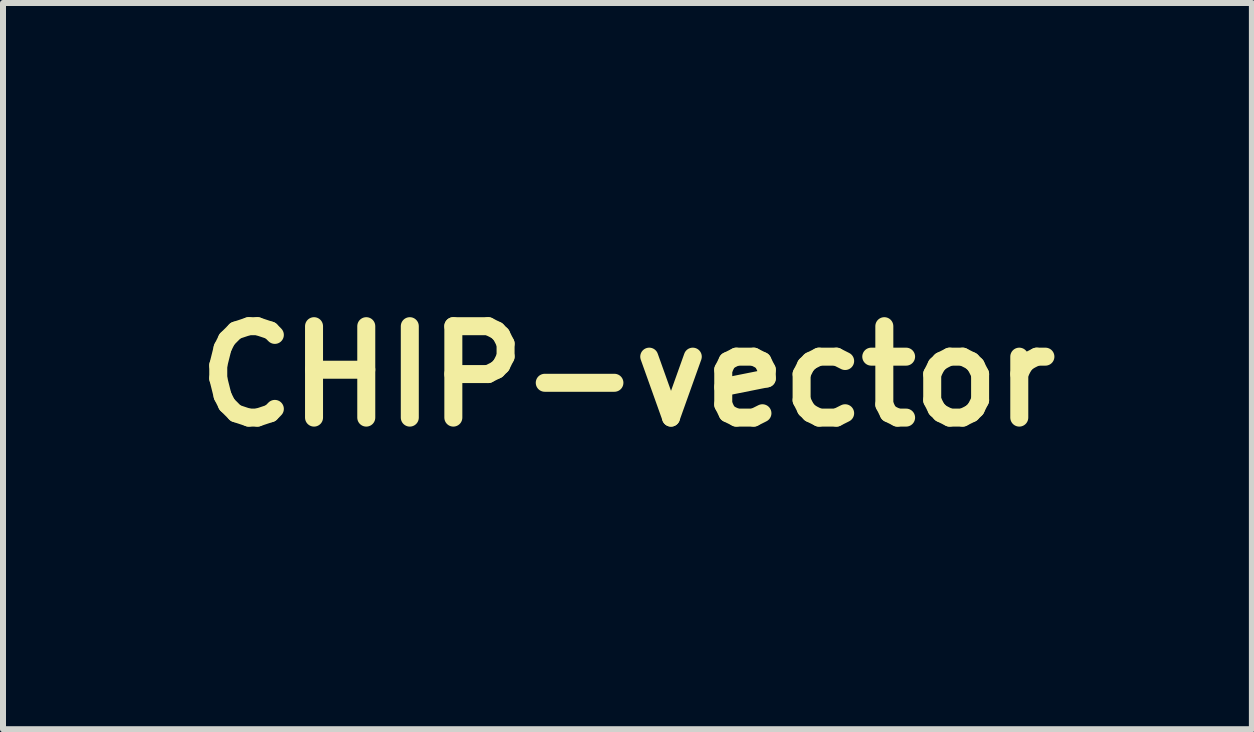
<source format=kicad_pcb>
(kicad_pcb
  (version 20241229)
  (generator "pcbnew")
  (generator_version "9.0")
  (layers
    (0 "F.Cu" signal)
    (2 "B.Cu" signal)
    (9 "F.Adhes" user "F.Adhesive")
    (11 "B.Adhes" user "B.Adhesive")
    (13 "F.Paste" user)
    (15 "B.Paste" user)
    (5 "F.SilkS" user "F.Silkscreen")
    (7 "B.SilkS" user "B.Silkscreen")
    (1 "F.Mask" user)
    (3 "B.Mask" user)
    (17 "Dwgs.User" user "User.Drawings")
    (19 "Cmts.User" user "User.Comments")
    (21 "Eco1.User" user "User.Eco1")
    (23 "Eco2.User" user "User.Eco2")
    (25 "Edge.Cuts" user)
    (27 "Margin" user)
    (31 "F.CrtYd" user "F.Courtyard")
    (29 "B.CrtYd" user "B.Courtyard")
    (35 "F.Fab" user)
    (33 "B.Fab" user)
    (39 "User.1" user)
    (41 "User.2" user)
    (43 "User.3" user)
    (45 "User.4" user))
  (footprint "CHIP-vector"
    (layer "F.Cu")
    (at 7.41 3.222)
    (property "Reference" "CHIP-vector" (at 0 0 0) (layer "F.SilkS") (effects (font (size 1.524 1.524) (thickness 0.3))))
    (attr through_hole)
    (fp_poly (pts (xy 1.343 0.044) (xy 1.387 0.147) (xy 1.349 0.261) (xy 1.258 0.333) (xy 1.171 0.299) (xy 1.129 0.255) (xy 1.085 0.138) (xy 1.128 0.039) (xy 1.234 0) (xy 1.343 0.044)) (stroke (width 0.01) (type solid)) (fill yes) (layer "F.Mask"))
    (fp_poly (pts (xy -0.212 -0.78) (xy -0.105 -0.724) (xy -0.085 -0.649) (xy -0.131 -0.548) (xy -0.212 -0.518) (xy -0.306 -0.525) (xy -0.337 -0.604) (xy -0.339 -0.649) (xy -0.321 -0.757) (xy -0.25 -0.784) (xy -0.212 -0.78)) (stroke (width 0.01) (type solid)) (fill yes) (layer "F.Mask"))
    (fp_poly (pts (xy 0.543 -1.334) (xy 0.622 -1.26) (xy 0.629 -1.148) (xy 0.618 -1.123) (xy 0.552 -1.036) (xy 0.466 -1.033) (xy 0.409 -1.053) (xy 0.348 -1.128) (xy 0.348 -1.237) (xy 0.404 -1.324) (xy 0.424 -1.335) (xy 0.543 -1.334)) (stroke (width 0.01) (type solid)) (fill yes) (layer "F.Mask"))
    (fp_poly (pts (xy -0.541 0.132) (xy -0.466 0.209) (xy -0.46 0.32) (xy -0.521 0.408) (xy -0.541 0.417) (xy -0.632 0.447) (xy -0.686 0.422) (xy -0.736 0.364) (xy -0.778 0.28) (xy -0.729 0.197) (xy -0.719 0.187) (xy -0.612 0.129) (xy -0.541 0.132)) (stroke (width 0.01) (type solid)) (fill yes) (layer "F.Mask"))
    (fp_poly (pts (xy -2.718 0.065) (xy -2.639 0.068) (xy -2.421 0.082) (xy -2.292 0.104) (xy -2.229 0.143) (xy -2.212 0.183) (xy -2.215 0.234) (xy -2.262 0.264) (xy -2.374 0.278) (xy -2.574 0.282) (xy -2.621 0.282) (xy -2.838 0.28) (xy -2.966 0.268) (xy -3.028 0.241) (xy -3.047 0.191) (xy -3.048 0.167) (xy -3.039 0.108) (xy -2.997 0.075) (xy -2.898 0.062) (xy -2.718 0.065)) (stroke (width 0.01) (type solid)) (fill yes) (layer "F.Mask"))
    (fp_poly (pts (xy 0.457 -3.209) (xy 0.49 -3.167) (xy 0.502 -3.067) (xy 0.499 -2.887) (xy 0.496 -2.809) (xy 0.483 -2.59) (xy 0.46 -2.461) (xy 0.422 -2.399) (xy 0.381 -2.381) (xy 0.331 -2.384) (xy 0.301 -2.431) (xy 0.286 -2.544) (xy 0.282 -2.744) (xy 0.282 -2.79) (xy 0.285 -3.007) (xy 0.297 -3.135) (xy 0.324 -3.197) (xy 0.373 -3.216) (xy 0.398 -3.217) (xy 0.457 -3.209)) (stroke (width 0.01) (type solid)) (fill yes) (layer "F.Mask"))
    (fp_poly (pts (xy 0.457 2.041) (xy 0.49 2.083) (xy 0.502 2.182) (xy 0.499 2.362) (xy 0.496 2.441) (xy 0.483 2.659) (xy 0.46 2.788) (xy 0.422 2.851) (xy 0.381 2.868) (xy 0.331 2.865) (xy 0.301 2.818) (xy 0.286 2.706) (xy 0.282 2.506) (xy 0.282 2.459) (xy 0.285 2.242) (xy 0.297 2.114) (xy 0.324 2.052) (xy 0.373 2.033) (xy 0.398 2.032) (xy 0.457 2.041)) (stroke (width 0.01) (type solid)) (fill yes) (layer "F.Mask"))
    (fp_poly (pts (xy 2.973 0.069) (xy 3.031 0.095) (xy 3.047 0.145) (xy 3.048 0.167) (xy 3.039 0.226) (xy 2.995 0.26) (xy 2.894 0.277) (xy 2.712 0.282) (xy 2.621 0.282) (xy 2.403 0.279) (xy 2.276 0.267) (xy 2.219 0.241) (xy 2.21 0.194) (xy 2.212 0.183) (xy 2.241 0.13) (xy 2.32 0.097) (xy 2.471 0.077) (xy 2.639 0.068) (xy 2.851 0.062) (xy 2.973 0.069)) (stroke (width 0.01) (type solid)) (fill yes) (layer "F.Mask"))
    (fp_poly (pts (xy -2.408 -1.408) (xy -2.281 -1.396) (xy -2.22 -1.368) (xy -2.202 -1.319) (xy -2.201 -1.298) (xy -2.211 -1.241) (xy -2.257 -1.207) (xy -2.362 -1.19) (xy -2.548 -1.186) (xy -2.625 -1.185) (xy -2.841 -1.188) (xy -2.968 -1.2) (xy -3.029 -1.228) (xy -3.047 -1.278) (xy -3.048 -1.298) (xy -3.038 -1.356) (xy -2.992 -1.39) (xy -2.888 -1.406) (xy -2.701 -1.411) (xy -2.625 -1.411) (xy -2.408 -1.408)) (stroke (width 0.01) (type solid)) (fill yes) (layer "F.Mask"))
    (fp_poly (pts (xy -2.408 -0.675) (xy -2.281 -0.663) (xy -2.22 -0.635) (xy -2.202 -0.585) (xy -2.201 -0.564) (xy -2.211 -0.507) (xy -2.257 -0.473) (xy -2.362 -0.457) (xy -2.548 -0.452) (xy -2.625 -0.452) (xy -2.841 -0.454) (xy -2.968 -0.466) (xy -3.029 -0.494) (xy -3.047 -0.544) (xy -3.048 -0.564) (xy -3.038 -0.622) (xy -2.992 -0.656) (xy -2.888 -0.672) (xy -2.701 -0.677) (xy -2.625 -0.677) (xy -2.408 -0.675)) (stroke (width 0.01) (type solid)) (fill yes) (layer "F.Mask"))
    (fp_poly (pts (xy -2.408 0.849) (xy -2.281 0.861) (xy -2.22 0.889) (xy -2.202 0.939) (xy -2.201 0.96) (xy -2.211 1.017) (xy -2.257 1.051) (xy -2.362 1.067) (xy -2.548 1.072) (xy -2.625 1.072) (xy -2.841 1.07) (xy -2.968 1.058) (xy -3.029 1.03) (xy -3.047 0.98) (xy -3.048 0.96) (xy -3.038 0.902) (xy -2.992 0.868) (xy -2.888 0.852) (xy -2.701 0.847) (xy -2.625 0.847) (xy -2.408 0.849)) (stroke (width 0.01) (type solid)) (fill yes) (layer "F.Mask"))
    (fp_poly (pts (xy -1.074 1.928) (xy -1.04 1.97) (xy -1.023 2.066) (xy -1.017 2.239) (xy -1.016 2.399) (xy -1.018 2.632) (xy -1.028 2.775) (xy -1.05 2.848) (xy -1.091 2.876) (xy -1.129 2.879) (xy -1.184 2.87) (xy -1.217 2.828) (xy -1.235 2.732) (xy -1.241 2.559) (xy -1.242 2.399) (xy -1.24 2.166) (xy -1.23 2.023) (xy -1.207 1.949) (xy -1.167 1.922) (xy -1.129 1.919) (xy -1.074 1.928)) (stroke (width 0.01) (type solid)) (fill yes) (layer "F.Mask"))
    (fp_poly (pts (xy -1.071 -3.207) (xy -1.037 -3.162) (xy -1.021 -3.057) (xy -1.016 -2.87) (xy -1.016 -2.794) (xy -1.019 -2.578) (xy -1.031 -2.451) (xy -1.059 -2.39) (xy -1.109 -2.371) (xy -1.129 -2.371) (xy -1.187 -2.381) (xy -1.22 -2.426) (xy -1.237 -2.531) (xy -1.242 -2.718) (xy -1.242 -2.794) (xy -1.239 -3.01) (xy -1.227 -3.137) (xy -1.199 -3.198) (xy -1.149 -3.217) (xy -1.129 -3.217) (xy -1.071 -3.207)) (stroke (width 0.01) (type solid)) (fill yes) (layer "F.Mask"))
    (fp_poly (pts (xy -0.337 -3.207) (xy -0.304 -3.162) (xy -0.287 -3.057) (xy -0.282 -2.87) (xy -0.282 -2.794) (xy -0.288 -2.563) (xy -0.307 -2.428) (xy -0.342 -2.374) (xy -0.357 -2.371) (xy -0.453 -2.396) (xy -0.47 -2.408) (xy -0.489 -2.48) (xy -0.503 -2.632) (xy -0.508 -2.831) (xy -0.508 -2.832) (xy -0.505 -3.036) (xy -0.49 -3.153) (xy -0.458 -3.205) (xy -0.4 -3.217) (xy -0.395 -3.217) (xy -0.337 -3.207)) (stroke (width 0.01) (type solid)) (fill yes) (layer "F.Mask"))
    (fp_poly (pts (xy -0.337 2.042) (xy -0.304 2.088) (xy -0.287 2.192) (xy -0.282 2.379) (xy -0.282 2.455) (xy -0.285 2.672) (xy -0.297 2.799) (xy -0.325 2.86) (xy -0.375 2.878) (xy -0.395 2.879) (xy -0.453 2.869) (xy -0.487 2.823) (xy -0.503 2.718) (xy -0.508 2.532) (xy -0.508 2.455) (xy -0.505 2.239) (xy -0.493 2.112) (xy -0.465 2.051) (xy -0.415 2.033) (xy -0.395 2.032) (xy -0.337 2.042)) (stroke (width 0.01) (type solid)) (fill yes) (layer "F.Mask"))
    (fp_poly (pts (xy 1.187 -3.207) (xy 1.22 -3.162) (xy 1.237 -3.057) (xy 1.242 -2.87) (xy 1.242 -2.794) (xy 1.239 -2.578) (xy 1.227 -2.451) (xy 1.199 -2.39) (xy 1.149 -2.371) (xy 1.129 -2.371) (xy 1.071 -2.381) (xy 1.037 -2.426) (xy 1.021 -2.531) (xy 1.016 -2.718) (xy 1.016 -2.794) (xy 1.019 -3.01) (xy 1.031 -3.137) (xy 1.059 -3.198) (xy 1.109 -3.217) (xy 1.129 -3.217) (xy 1.187 -3.207)) (stroke (width 0.01) (type solid)) (fill yes) (layer "F.Mask"))
    (fp_poly (pts (xy 1.187 2.042) (xy 1.22 2.088) (xy 1.237 2.192) (xy 1.242 2.379) (xy 1.242 2.455) (xy 1.239 2.672) (xy 1.227 2.799) (xy 1.199 2.86) (xy 1.149 2.878) (xy 1.129 2.879) (xy 1.071 2.869) (xy 1.037 2.823) (xy 1.021 2.718) (xy 1.016 2.532) (xy 1.016 2.455) (xy 1.019 2.239) (xy 1.031 2.112) (xy 1.059 2.051) (xy 1.109 2.033) (xy 1.129 2.032) (xy 1.187 2.042)) (stroke (width 0.01) (type solid)) (fill yes) (layer "F.Mask"))
    (fp_poly (pts (xy 2.841 -1.408) (xy 2.968 -1.396) (xy 3.029 -1.368) (xy 3.047 -1.319) (xy 3.048 -1.298) (xy 3.038 -1.241) (xy 2.992 -1.207) (xy 2.888 -1.19) (xy 2.701 -1.186) (xy 2.625 -1.185) (xy 2.408 -1.188) (xy 2.281 -1.2) (xy 2.22 -1.228) (xy 2.202 -1.278) (xy 2.201 -1.298) (xy 2.211 -1.356) (xy 2.257 -1.39) (xy 2.362 -1.406) (xy 2.548 -1.411) (xy 2.625 -1.411) (xy 2.841 -1.408)) (stroke (width 0.01) (type solid)) (fill yes) (layer "F.Mask"))
    (fp_poly (pts (xy 2.841 -0.675) (xy 2.968 -0.663) (xy 3.029 -0.635) (xy 3.047 -0.585) (xy 3.048 -0.564) (xy 3.038 -0.507) (xy 2.992 -0.473) (xy 2.888 -0.457) (xy 2.701 -0.452) (xy 2.625 -0.452) (xy 2.408 -0.454) (xy 2.281 -0.466) (xy 2.22 -0.494) (xy 2.202 -0.544) (xy 2.201 -0.564) (xy 2.211 -0.622) (xy 2.257 -0.656) (xy 2.362 -0.672) (xy 2.548 -0.677) (xy 2.625 -0.677) (xy 2.841 -0.675)) (stroke (width 0.01) (type solid)) (fill yes) (layer "F.Mask"))
    (fp_poly (pts (xy 2.841 0.849) (xy 2.968 0.861) (xy 3.029 0.889) (xy 3.047 0.939) (xy 3.048 0.96) (xy 3.038 1.017) (xy 2.992 1.051) (xy 2.888 1.067) (xy 2.701 1.072) (xy 2.625 1.072) (xy 2.408 1.07) (xy 2.281 1.058) (xy 2.22 1.03) (xy 2.202 0.98) (xy 2.201 0.96) (xy 2.211 0.902) (xy 2.257 0.868) (xy 2.362 0.852) (xy 2.548 0.847) (xy 2.625 0.847) (xy 2.841 0.849)) (stroke (width 0.01) (type solid)) (fill yes) (layer "F.Mask"))
    (fp_poly (pts (xy 1.763 -2.198) (xy 1.848 -2.177) (xy 1.914 -2.13) (xy 1.961 -2.044) (xy 1.994 -1.91) (xy 2.015 -1.716) (xy 2.027 -1.452) (xy 2.031 -1.107) (xy 2.032 -0.67) (xy 2.032 -0.174) (xy 2.032 0.334) (xy 2.03 0.741) (xy 2.027 1.059) (xy 2.021 1.3) (xy 2.012 1.475) (xy 2 1.598) (xy 1.983 1.679) (xy 1.962 1.73) (xy 1.934 1.764) (xy 1.929 1.769) (xy 1.863 1.81) (xy 1.76 1.838) (xy 1.6 1.854) (xy 1.361 1.861) (xy 1.139 1.863) (xy 0.452 1.863) (xy 0.452 1.072) (xy 1.298 1.072) (xy 1.298 0.812) (xy 1.322 0.596) (xy 1.406 0.427) (xy 1.441 0.383) (xy 1.542 0.203) (xy 1.533 0.038) (xy 1.423 -0.099) (xy 1.265 -0.17) (xy 1.117 -0.151) (xy 0.997 -0.064) (xy 0.925 0.067) (xy 0.918 0.221) (xy 0.996 0.374) (xy 1.016 0.395) (xy 1.108 0.558) (xy 1.129 0.706) (xy 1.129 0.903) (xy 0.282 0.903) (xy 0.282 1.863) (xy -1.016 1.863) (xy -1.016 1.614) (xy -1.008 1.463) (xy -0.969 1.364) (xy -0.873 1.278) (xy -0.762 1.205) (xy -0.611 1.1) (xy -0.536 1.012) (xy -0.51 0.901) (xy -0.508 0.833) (xy -0.467 0.617) (xy -0.395 0.508) (xy -0.299 0.35) (xy -0.297 0.185) (xy -0.388 0.046) (xy -0.408 0.031) (xy -0.578 -0.048) (xy -0.723 -0.02) (xy -0.843 0.092) (xy -0.93 0.214) (xy -0.948 0.303) (xy -0.895 0.403) (xy -0.818 0.498) (xy -0.697 0.687) (xy -0.683 0.849) (xy -0.778 0.994) (xy -0.931 1.104) (xy -1.078 1.195) (xy -1.153 1.274) (xy -1.181 1.383) (xy -1.185 1.558) (xy -1.185 1.863) (xy -1.515 1.863) (xy -1.733 1.851) (xy -1.869 1.813) (xy -1.939 1.759) (xy -1.968 1.716) (xy -1.99 1.647) (xy -2.004 1.557) (xy -1.806 1.557) (xy -1.773 1.619) (xy -1.706 1.609) (xy -1.65 1.535) (xy -1.674 1.477) (xy -1.717 1.468) (xy -1.795 1.513) (xy -1.806 1.557) (xy -2.004 1.557) (xy -2.007 1.541) (xy -2.019 1.383) (xy -2.026 1.159) (xy -2.03 0.856) (xy -2.032 0.461) (xy -2.032 0.235) (xy -2.032 -1.185) (xy -1.361 -1.185) (xy -1.077 -1.185) (xy -0.884 -1.179) (xy -0.76 -1.165) (xy -0.683 -1.138) (xy -0.633 -1.093) (xy -0.588 -1.03) (xy -0.513 -0.839) (xy -0.501 -0.689) (xy -0.493 -0.535) (xy -0.45 -0.422) (xy -0.449 -0.421) (xy -0.33 -0.354) (xy -0.169 -0.345) (xy -0.018 -0.394) (xy 0.024 -0.427) (xy 0.106 -0.575) (xy 0.098 -0.734) (xy 0.016 -0.871) (xy -0.127 -0.951) (xy -0.201 -0.96) (xy -0.336 -1.008) (xy -0.465 -1.156) (xy -0.593 -1.353) (xy -1.312 -1.354) (xy -2.032 -1.355) (xy -2.032 -1.689) (xy -2.032 -1.838) (xy -2.023 -1.955) (xy -1.994 -2.043) (xy -1.932 -2.108) (xy -1.825 -2.152) (xy -1.661 -2.179) (xy -1.427 -2.194) (xy -1.112 -2.2) (xy -0.704 -2.201) (xy -0.419 -2.201) (xy 1.016 -2.201) (xy 1.016 -2.014) (xy 0.972 -1.835) (xy 0.859 -1.672) (xy 0.707 -1.554) (xy 0.547 -1.513) (xy 0.528 -1.515) (xy 0.363 -1.487) (xy 0.231 -1.379) (xy 0.17 -1.225) (xy 0.169 -1.205) (xy 0.211 -1.063) (xy 0.313 -0.932) (xy 0.437 -0.854) (xy 0.482 -0.847) (xy 0.609 -0.893) (xy 0.728 -1.006) (xy 0.807 -1.145) (xy 0.817 -1.255) (xy 0.82 -1.363) (xy 0.895 -1.483) (xy 0.985 -1.578) (xy 1.116 -1.727) (xy 1.175 -1.864) (xy 1.185 -1.987) (xy 1.185 -2.201) (xy 1.52 -2.201) (xy 1.654 -2.202) (xy 1.763 -2.198)) (stroke (width 0.01) (type solid)) (fill yes) (layer "F.Mask")))
  (gr_rect
    (start -3 -3)
    (end 17.819 9.106)
    (stroke (width 0.1) (type default))
    (fill no)
    (layer "Edge.Cuts")))
</source>
